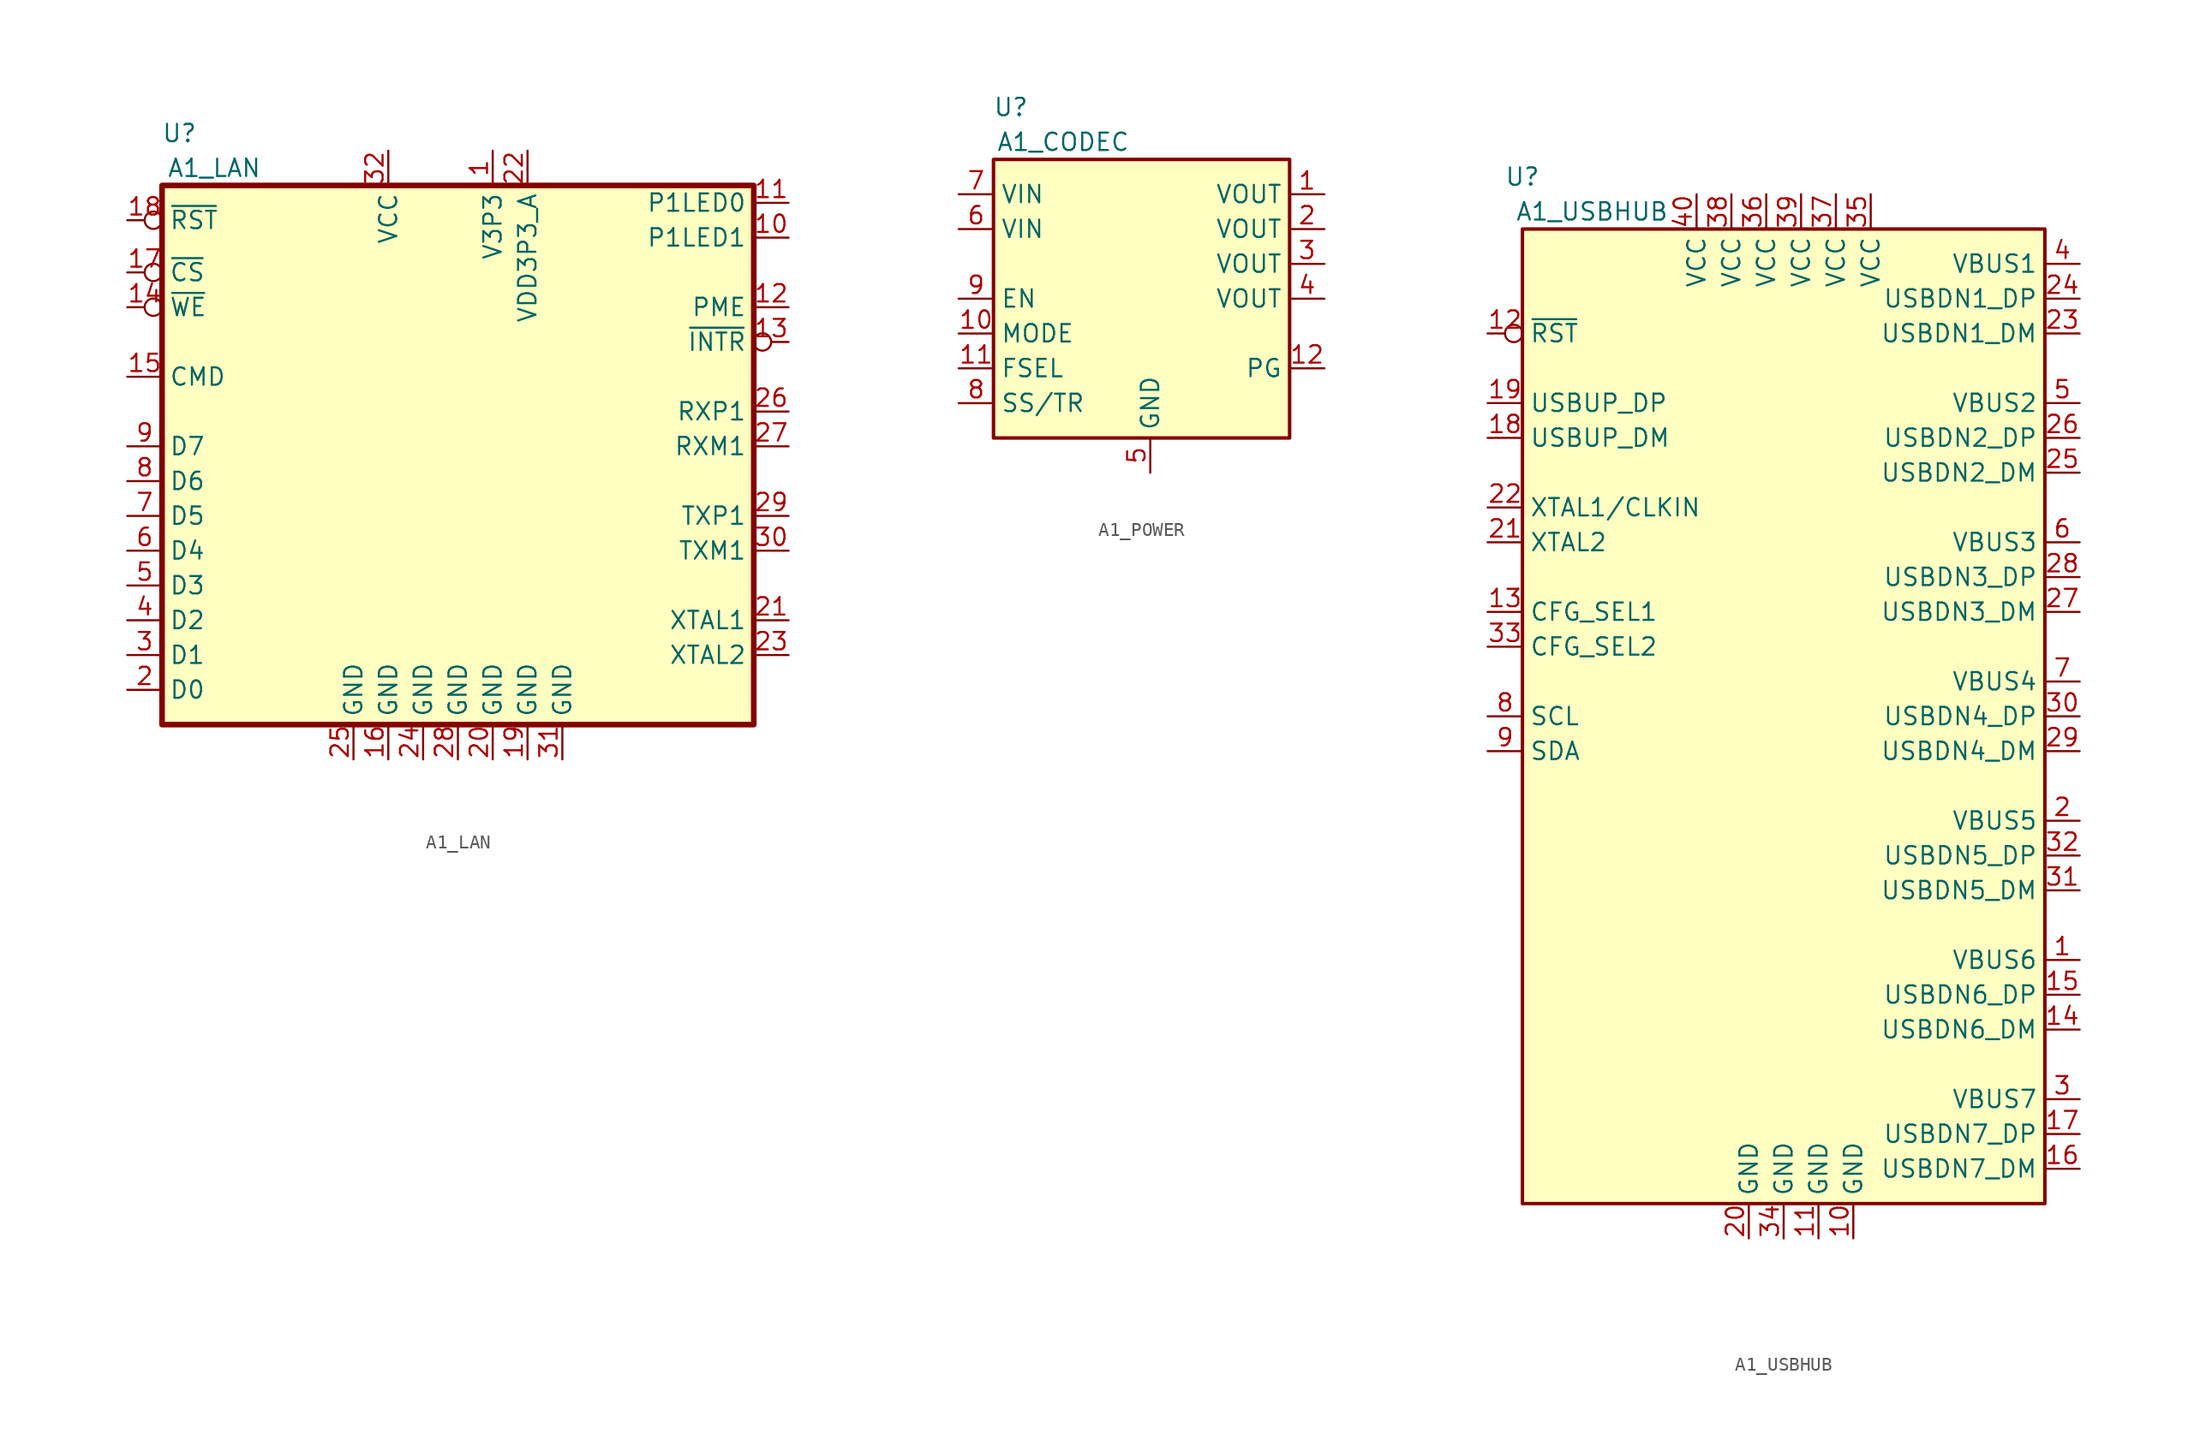
<source format=kicad_sym>
(kicad_symbol_lib
  (version 20231120)
  (generator "kicad_symbol_editor")
  (generator_version "8.0")
  (symbol "A1_LAN"
    (property "Reference" "U"
      (at 1.27 43.18 0)
      (effects (font (size 1.27 1.27))))
    (property "Value" "A1_LAN"
      (at 3.81 40.64 0)
      (effects (font (size 1.27 1.27))))
    (symbol "A1_LAN_0_0"
      (rectangle (start 0 39.37) (end 43.18 0) (stroke (width 0.41) (type default)) (fill (type background)))
      (pin power_out line (at 24.13 41.91 270) (length 2.54) (name "V3P3" (effects (font (size 1.27 1.27)))) (number "1" (effects (font (size 1.27 1.27)))))
      (pin bidirectional line (at 45.72 35.56 180) (length 2.54) (name "P1LED1" (effects (font (size 1.27 1.27)))) (number "10" (effects (font (size 1.27 1.27)))))
      (pin output line (at 45.72 38.1 180) (length 2.54) (name "P1LED0" (effects (font (size 1.27 1.27)))) (number "11" (effects (font (size 1.27 1.27)))))
      (pin output line (at 45.72 30.48 180) (length 2.54) (name "PME" (effects (font (size 1.27 1.27)))) (number "12" (effects (font (size 1.27 1.27)))))
      (pin output inverted (at 45.72 27.94 180) (length 2.54) (name "~{INTR}" (effects (font (size 1.27 1.27)))) (number "13" (effects (font (size 1.27 1.27)))))
      (pin input inverted (at -2.54 30.48 0) (length 2.54) (name "~{WE}" (effects (font (size 1.27 1.27)))) (number "14" (effects (font (size 1.27 1.27)))))
      (pin input line (at -2.54 25.4 0) (length 2.54) (name "CMD" (effects (font (size 1.27 1.27)))) (number "15" (effects (font (size 1.27 1.27)))))
      (pin power_in line (at 16.51 -2.54 90) (length 2.54) (name "GND" (effects (font (size 1.27 1.27)))) (number "16" (effects (font (size 1.27 1.27)))))
      (pin input inverted (at -2.54 33.02 0) (length 2.54) (name "~{CS}" (effects (font (size 1.27 1.27)))) (number "17" (effects (font (size 1.27 1.27)))))
      (pin power_in line (at 26.67 -2.54 90) (length 2.54) (name "GND" (effects (font (size 1.27 1.27)))) (number "19" (effects (font (size 1.27 1.27)))))
      (pin bidirectional line (at -2.54 2.54 0) (length 2.54) (name "D0" (effects (font (size 1.27 1.27)))) (number "2" (effects (font (size 1.27 1.27)))))
      (pin power_in line (at 24.13 -2.54 90) (length 2.54) (name "GND" (effects (font (size 1.27 1.27)))) (number "20" (effects (font (size 1.27 1.27)))))
      (pin input line (at 45.72 7.62 180) (length 2.54) (name "XTAL1" (effects (font (size 1.27 1.27)))) (number "21" (effects (font (size 1.27 1.27)))))
      (pin power_out line (at 26.67 41.91 270) (length 2.54) (name "VDD3P3_A" (effects (font (size 1.27 1.27)))) (number "22" (effects (font (size 1.27 1.27)))))
      (pin output line (at 45.72 5.08 180) (length 2.54) (name "XTAL2" (effects (font (size 1.27 1.27)))) (number "23" (effects (font (size 1.27 1.27)))))
      (pin power_in line (at 19.05 -2.54 90) (length 2.54) (name "GND" (effects (font (size 1.27 1.27)))) (number "24" (effects (font (size 1.27 1.27)))))
      (pin power_in line (at 13.97 -2.54 90) (length 2.54) (name "GND" (effects (font (size 1.27 1.27)))) (number "25" (effects (font (size 1.27 1.27)))))
      (pin bidirectional line (at 45.72 22.86 180) (length 2.54) (name "RXP1" (effects (font (size 1.27 1.27)))) (number "26" (effects (font (size 1.27 1.27)))))
      (pin bidirectional line (at 45.72 20.32 180) (length 2.54) (name "RXM1" (effects (font (size 1.27 1.27)))) (number "27" (effects (font (size 1.27 1.27)))))
      (pin power_in line (at 21.59 -2.54 90) (length 2.54) (name "GND" (effects (font (size 1.27 1.27)))) (number "28" (effects (font (size 1.27 1.27)))))
      (pin bidirectional line (at 45.72 15.24 180) (length 2.54) (name "TXP1" (effects (font (size 1.27 1.27)))) (number "29" (effects (font (size 1.27 1.27)))))
      (pin bidirectional line (at -2.54 5.08 0) (length 2.54) (name "D1" (effects (font (size 1.27 1.27)))) (number "3" (effects (font (size 1.27 1.27)))))
      (pin bidirectional line (at 45.72 12.7 180) (length 2.54) (name "TXM1" (effects (font (size 1.27 1.27)))) (number "30" (effects (font (size 1.27 1.27)))))
      (pin power_in line (at 29.21 -2.54 90) (length 2.54) (name "GND" (effects (font (size 1.27 1.27)))) (number "31" (effects (font (size 1.27 1.27)))))
      (pin power_in line (at 16.51 41.91 270) (length 2.54) (name "VCC" (effects (font (size 1.27 1.27)))) (number "32" (effects (font (size 1.27 1.27)))))
      (pin bidirectional line (at -2.54 7.62 0) (length 2.54) (name "D2" (effects (font (size 1.27 1.27)))) (number "4" (effects (font (size 1.27 1.27)))))
      (pin bidirectional line (at -2.54 10.16 0) (length 2.54) (name "D3" (effects (font (size 1.27 1.27)))) (number "5" (effects (font (size 1.27 1.27)))))
      (pin bidirectional line (at -2.54 12.7 0) (length 2.54) (name "D4" (effects (font (size 1.27 1.27)))) (number "6" (effects (font (size 1.27 1.27)))))
      (pin bidirectional line (at -2.54 15.24 0) (length 2.54) (name "D5" (effects (font (size 1.27 1.27)))) (number "7" (effects (font (size 1.27 1.27)))))
      (pin bidirectional line (at -2.54 17.78 0) (length 2.54) (name "D6" (effects (font (size 1.27 1.27)))) (number "8" (effects (font (size 1.27 1.27)))))
      (pin bidirectional line (at -2.54 20.32 0) (length 2.54) (name "D7" (effects (font (size 1.27 1.27)))) (number "9" (effects (font (size 1.27 1.27))))))
    (symbol "A1_LAN_1_0"
      (pin input inverted (at -2.54 36.83 0) (length 2.54) (name "~{RST}" (effects (font (size 1.27 1.27)))) (number "18" (effects (font (size 1.27 1.27)))))))
  (symbol "A1_POWER"
    (property "Reference" "U"
      (at 1.27 36.83 0)
      (effects (font (size 1.27 1.27))))
    (property "Value" "A1_CODEC"
      (at 5.08 34.29 0)
      (effects (font (size 1.27 1.27))))
    (symbol "A1_POWER_0_0"
      (pin power_in line (at -2.54 20.32 0) (length 2.54) (name "MODE" (effects (font (size 1.27 1.27)))) (number "10" (effects (font (size 1.27 1.27)))))
      (pin output line (at -2.54 17.78 0) (length 2.54) (name "FSEL" (effects (font (size 1.27 1.27)))) (number "11" (effects (font (size 1.27 1.27)))))
      (pin output line (at 24.13 17.78 180) (length 2.54) (name "PG" (effects (font (size 1.27 1.27)))) (number "12" (effects (font (size 1.27 1.27)))))
      (pin bidirectional line (at 24.13 27.94 180) (length 2.54) (name "VOUT" (effects (font (size 1.27 1.27)))) (number "2" (effects (font (size 1.27 1.27)))))
      (pin bidirectional line (at 24.13 25.4 180) (length 2.54) (name "VOUT" (effects (font (size 1.27 1.27)))) (number "3" (effects (font (size 1.27 1.27)))))
      (pin power_in line (at 24.13 22.86 180) (length 2.54) (name "VOUT" (effects (font (size 1.27 1.27)))) (number "4" (effects (font (size 1.27 1.27)))))
      (pin power_out line (at 11.43 10.16 90) (length 2.54) (name "GND" (effects (font (size 1.27 1.27)))) (number "5" (effects (font (size 1.27 1.27)))))
      (pin tri_state line (at -2.54 27.94 0) (length 2.54) (name "VIN" (effects (font (size 1.27 1.27)))) (number "6" (effects (font (size 1.27 1.27)))))
      (pin input line (at -2.54 30.48 0) (length 2.54) (name "VIN" (effects (font (size 1.27 1.27)))) (number "7" (effects (font (size 1.27 1.27)))))
      (pin output line (at -2.54 15.24 0) (length 2.54) (name "SS/TR" (effects (font (size 1.27 1.27)))) (number "8" (effects (font (size 1.27 1.27)))))
      (pin output line (at -2.54 22.86 0) (length 2.54) (name "EN" (effects (font (size 1.27 1.27)))) (number "9" (effects (font (size 1.27 1.27))))))
    (symbol "A1_POWER_0_1"
      (rectangle (start 0 33.02) (end 21.59 12.7) (stroke (width 0.254) (type default)) (fill (type background))))
    (symbol "A1_POWER_1_0"
      (pin bidirectional line (at 24.13 30.48 180) (length 2.54) (name "VOUT" (effects (font (size 1.27 1.27)))) (number "1" (effects (font (size 1.27 1.27)))))))
  (symbol "A1_USBHUB"
    (property "Reference" "U"
      (at 0 74.93 0)
      (effects (font (size 1.27 1.27))))
    (property "Value" "A1_USBHUB"
      (at 5.08 72.39 0)
      (effects (font (size 1.27 1.27))))
    (symbol "A1_USBHUB_0_0"
      (pin power_out line (at 40.64 17.78 180) (length 2.54) (name "VBUS6" (effects (font (size 1.27 1.27)))) (number "1" (effects (font (size 1.27 1.27)))))
      (pin power_in line (at 24.13 -2.54 90) (length 2.54) (name "GND" (effects (font (size 1.27 1.27)))) (number "10" (effects (font (size 1.27 1.27)))))
      (pin input inverted (at -2.54 63.5 0) (length 2.54) (name "~{RST}" (effects (font (size 1.27 1.27)))) (number "12" (effects (font (size 1.27 1.27)))))
      (pin power_out line (at 40.64 27.94 180) (length 2.54) (name "VBUS5" (effects (font (size 1.27 1.27)))) (number "2" (effects (font (size 1.27 1.27)))))
      (pin power_in line (at 16.51 -2.54 90) (length 2.54) (name "GND" (effects (font (size 1.27 1.27)))) (number "20" (effects (font (size 1.27 1.27)))))
      (pin bidirectional line (at 40.64 63.5 180) (length 2.54) (name "USBDN1_DM" (effects (font (size 1.27 1.27)))) (number "23" (effects (font (size 1.27 1.27)))))
      (pin bidirectional line (at 40.64 66.04 180) (length 2.54) (name "USBDN1_DP" (effects (font (size 1.27 1.27)))) (number "24" (effects (font (size 1.27 1.27)))))
      (pin bidirectional line (at 40.64 53.34 180) (length 2.54) (name "USBDN2_DM" (effects (font (size 1.27 1.27)))) (number "25" (effects (font (size 1.27 1.27)))))
      (pin bidirectional line (at 40.64 55.88 180) (length 2.54) (name "USBDN2_DP" (effects (font (size 1.27 1.27)))) (number "26" (effects (font (size 1.27 1.27)))))
      (pin bidirectional line (at 40.64 43.18 180) (length 2.54) (name "USBDN3_DM" (effects (font (size 1.27 1.27)))) (number "27" (effects (font (size 1.27 1.27)))))
      (pin bidirectional line (at 40.64 45.72 180) (length 2.54) (name "USBDN3_DP" (effects (font (size 1.27 1.27)))) (number "28" (effects (font (size 1.27 1.27)))))
      (pin bidirectional line (at 40.64 33.02 180) (length 2.54) (name "USBDN4_DM" (effects (font (size 1.27 1.27)))) (number "29" (effects (font (size 1.27 1.27)))))
      (pin power_out line (at 40.64 7.62 180) (length 2.54) (name "VBUS7" (effects (font (size 1.27 1.27)))) (number "3" (effects (font (size 1.27 1.27)))))
      (pin bidirectional line (at 40.64 35.56 180) (length 2.54) (name "USBDN4_DP" (effects (font (size 1.27 1.27)))) (number "30" (effects (font (size 1.27 1.27)))))
      (pin bidirectional line (at 40.64 22.86 180) (length 2.54) (name "USBDN5_DM" (effects (font (size 1.27 1.27)))) (number "31" (effects (font (size 1.27 1.27)))))
      (pin bidirectional line (at 40.64 25.4 180) (length 2.54) (name "USBDN5_DP" (effects (font (size 1.27 1.27)))) (number "32" (effects (font (size 1.27 1.27)))))
      (pin input line (at -2.54 40.64 0) (length 2.54) (name "CFG_SEL2" (effects (font (size 1.27 1.27)))) (number "33" (effects (font (size 1.27 1.27)))))
      (pin power_in line (at 19.05 -2.54 90) (length 2.54) (name "GND" (effects (font (size 1.27 1.27)))) (number "34" (effects (font (size 1.27 1.27)))))
      (pin power_in line (at 25.4 73.66 270) (length 2.54) (name "VCC" (effects (font (size 1.27 1.27)))) (number "35" (effects (font (size 1.27 1.27)))))
      (pin power_in line (at 22.86 73.66 270) (length 2.54) (name "VCC" (effects (font (size 1.27 1.27)))) (number "37" (effects (font (size 1.27 1.27)))))
      (pin power_in line (at 15.24 73.66 270) (length 2.54) (name "VCC" (effects (font (size 1.27 1.27)))) (number "38" (effects (font (size 1.27 1.27)))))
      (pin power_in line (at 20.32 73.66 270) (length 2.54) (name "VCC" (effects (font (size 1.27 1.27)))) (number "39" (effects (font (size 1.27 1.27)))))
      (pin power_out line (at 40.64 68.58 180) (length 2.54) (name "VBUS1" (effects (font (size 1.27 1.27)))) (number "4" (effects (font (size 1.27 1.27)))))
      (pin power_out line (at 40.64 58.42 180) (length 2.54) (name "VBUS2" (effects (font (size 1.27 1.27)))) (number "5" (effects (font (size 1.27 1.27)))))
      (pin power_out line (at 40.64 38.1 180) (length 2.54) (name "VBUS4" (effects (font (size 1.27 1.27)))) (number "7" (effects (font (size 1.27 1.27)))))
      (pin bidirectional line (at -2.54 33.02 0) (length 2.54) (name "SDA" (effects (font (size 1.27 1.27)))) (number "9" (effects (font (size 1.27 1.27))))))
    (symbol "A1_USBHUB_0_1"
      (rectangle (start 0 71.12) (end 38.1 0) (stroke (width 0.254) (type default)) (fill (type background))))
    (symbol "A1_USBHUB_1_0"
      (pin power_in line (at 21.59 -2.54 90) (length 2.54) (name "GND" (effects (font (size 1.27 1.27)))) (number "11" (effects (font (size 1.27 1.27)))))
      (pin input line (at -2.54 43.18 0) (length 2.54) (name "CFG_SEL1" (effects (font (size 1.27 1.27)))) (number "13" (effects (font (size 1.27 1.27)))))
      (pin bidirectional line (at 40.64 12.7 180) (length 2.54) (name "USBDN6_DM" (effects (font (size 1.27 1.27)))) (number "14" (effects (font (size 1.27 1.27)))))
      (pin bidirectional line (at 40.64 15.24 180) (length 2.54) (name "USBDN6_DP" (effects (font (size 1.27 1.27)))) (number "15" (effects (font (size 1.27 1.27)))))
      (pin bidirectional line (at 40.64 2.54 180) (length 2.54) (name "USBDN7_DM" (effects (font (size 1.27 1.27)))) (number "16" (effects (font (size 1.27 1.27)))))
      (pin bidirectional line (at 40.64 5.08 180) (length 2.54) (name "USBDN7_DP" (effects (font (size 1.27 1.27)))) (number "17" (effects (font (size 1.27 1.27)))))
      (pin bidirectional line (at -2.54 55.88 0) (length 2.54) (name "USBUP_DM" (effects (font (size 1.27 1.27)))) (number "18" (effects (font (size 1.27 1.27)))))
      (pin bidirectional line (at -2.54 58.42 0) (length 2.54) (name "USBUP_DP" (effects (font (size 1.27 1.27)))) (number "19" (effects (font (size 1.27 1.27)))))
      (pin output line (at -2.54 48.26 0) (length 2.54) (name "XTAL2" (effects (font (size 1.27 1.27)))) (number "21" (effects (font (size 1.27 1.27)))))
      (pin input line (at -2.54 50.8 0) (length 2.54) (name "XTAL1/CLKIN" (effects (font (size 1.27 1.27)))) (number "22" (effects (font (size 1.27 1.27)))))
      (pin power_in line (at 17.78 73.66 270) (length 2.54) (name "VCC" (effects (font (size 1.27 1.27)))) (number "36" (effects (font (size 1.27 1.27)))))
      (pin power_in line (at 12.7 73.66 270) (length 2.54) (name "VCC" (effects (font (size 1.27 1.27)))) (number "40" (effects (font (size 1.27 1.27)))))
      (pin power_out line (at 40.64 48.26 180) (length 2.54) (name "VBUS3" (effects (font (size 1.27 1.27)))) (number "6" (effects (font (size 1.27 1.27)))))
      (pin bidirectional line (at -2.54 35.56 0) (length 2.54) (name "SCL" (effects (font (size 1.27 1.27)))) (number "8" (effects (font (size 1.27 1.27))))))))
</source>
